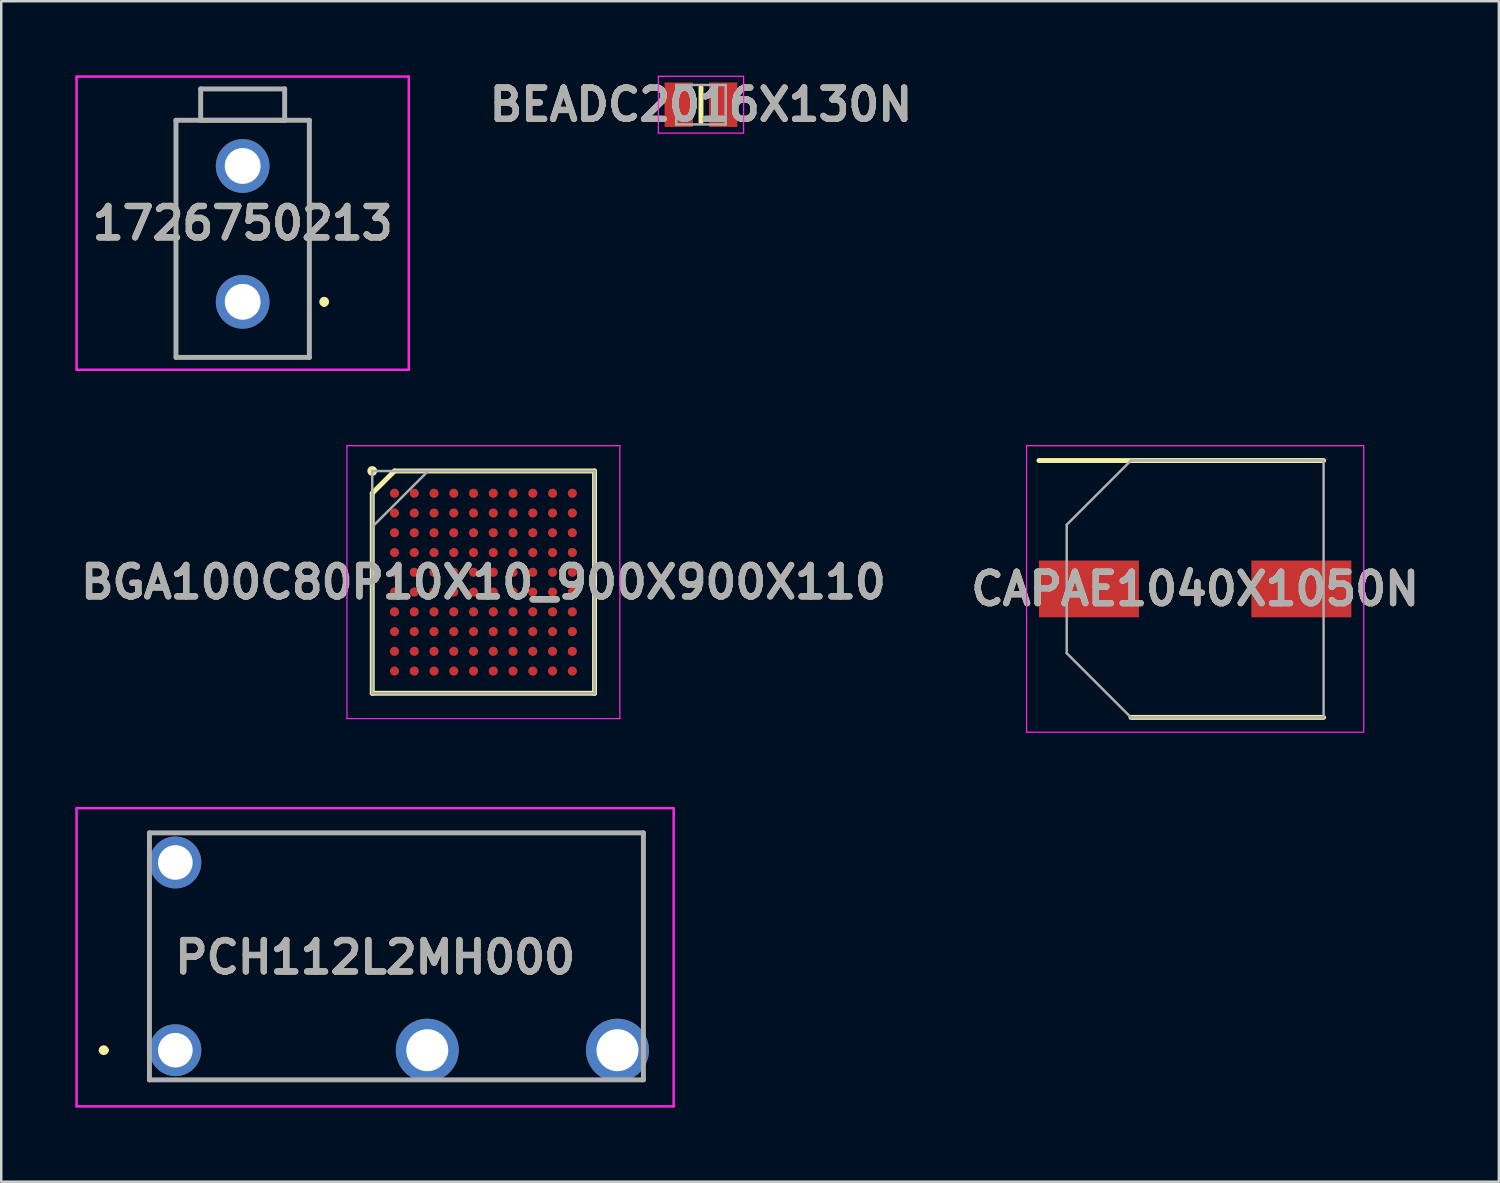
<source format=kicad_pcb>
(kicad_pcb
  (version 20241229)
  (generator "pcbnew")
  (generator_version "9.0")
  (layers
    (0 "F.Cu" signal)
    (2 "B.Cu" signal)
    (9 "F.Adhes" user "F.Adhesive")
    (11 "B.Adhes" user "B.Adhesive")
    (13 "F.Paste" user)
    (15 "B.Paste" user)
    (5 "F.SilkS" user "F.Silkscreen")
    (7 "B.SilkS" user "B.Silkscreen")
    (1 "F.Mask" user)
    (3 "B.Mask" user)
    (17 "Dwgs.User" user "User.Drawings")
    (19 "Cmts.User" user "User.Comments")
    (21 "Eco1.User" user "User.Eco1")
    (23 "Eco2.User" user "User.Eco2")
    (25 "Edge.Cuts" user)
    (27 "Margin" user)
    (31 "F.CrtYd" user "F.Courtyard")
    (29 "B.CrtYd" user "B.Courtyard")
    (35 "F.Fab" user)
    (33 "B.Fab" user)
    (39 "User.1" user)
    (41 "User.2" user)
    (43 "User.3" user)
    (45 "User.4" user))
  (footprint "CAPAE1040X1050N"
    (layer "F.Cu")
    (at 45.339 20.795)
    (property "Reference" "CAPAE1040X1050N" (at 0 0 0) (layer "F.SilkS") (effects (font (size 1.27 1.27) (thickness 0.254))))
    (attr smd)
    (fp_line (start -6.325 -5.2) (end 5.2 -5.2) (stroke (width 0.2) (type solid)) (layer "F.SilkS"))
    (fp_line (start -2.6 5.2) (end 5.2 5.2) (stroke (width 0.2) (type solid)) (layer "F.SilkS"))
    (fp_line (start -6.825 -5.8) (end 6.825 -5.8) (stroke (width 0.05) (type solid)) (layer "F.CrtYd"))
    (fp_line (start -6.825 5.8) (end -6.825 -5.8) (stroke (width 0.05) (type solid)) (layer "F.CrtYd"))
    (fp_line (start 6.825 -5.8) (end 6.825 5.8) (stroke (width 0.05) (type solid)) (layer "F.CrtYd"))
    (fp_line (start 6.825 5.8) (end -6.825 5.8) (stroke (width 0.05) (type solid)) (layer "F.CrtYd"))
    (fp_line (start -5.2 -2.6) (end -5.2 2.6) (stroke (width 0.1) (type solid)) (layer "F.Fab"))
    (fp_line (start -5.2 2.6) (end -2.6 5.2) (stroke (width 0.1) (type solid)) (layer "F.Fab"))
    (fp_line (start -2.6 -5.2) (end -5.2 -2.6) (stroke (width 0.1) (type solid)) (layer "F.Fab"))
    (fp_line (start -2.6 5.2) (end 5.2 5.2) (stroke (width 0.1) (type solid)) (layer "F.Fab"))
    (fp_line (start 5.2 -5.2) (end -2.6 -5.2) (stroke (width 0.1) (type solid)) (layer "F.Fab"))
    (fp_line (start 5.2 5.2) (end 5.2 -5.2) (stroke (width 0.1) (type solid)) (layer "F.Fab"))
    (fp_text user "${REFERENCE}" (at 0 0 0) (layer "F.Fab") (effects (font (size 1.27 1.27) (thickness 0.254))))
    (pad "1" smd rect (at -4.3 0 90) (size 2.3 4.05) (layers "F.Cu" "F.Mask" "F.Paste"))
    (pad "2" smd rect (at 4.3 0 90) (size 2.3 4.05) (layers "F.Cu" "F.Mask" "F.Paste")))
  (footprint "PCH112L2MH000"
    (layer "F.Cu")
    (at 4.05 39.47)
    (property "Reference" "PCH112L2MH000" (at 8.087 -3.763 0) (layer "F.SilkS") (effects (font (size 1.27 1.27) (thickness 0.254))))
    (attr through_hole)
    (fp_line (start -3 0) (end -3 0) (stroke (width 0.2) (type solid)) (layer "F.SilkS"))
    (fp_line (start -2.8 0) (end -2.8 0) (stroke (width 0.2) (type solid)) (layer "F.SilkS"))
    (fp_line (start -1.05 -1.5) (end -1.05 -6) (stroke (width 0.1) (type solid)) (layer "F.SilkS"))
    (fp_line (start 1.5 1.2) (end 8 1.2) (stroke (width 0.1) (type solid)) (layer "F.SilkS"))
    (fp_line (start 12 1.2) (end 16 1.2) (stroke (width 0.1) (type solid)) (layer "F.SilkS"))
    (fp_line (start 18.95 -8.8) (end 2.5 -8.8) (stroke (width 0.1) (type solid)) (layer "F.SilkS"))
    (fp_line (start 18.95 -2) (end 18.95 -8.8) (stroke (width 0.1) (type solid)) (layer "F.SilkS"))
    (fp_arc (start -3 0) (mid -2.9 -0.1) (end -2.8 0) (stroke (width 0.2) (type solid)) (layer "F.SilkS"))
    (fp_arc (start -2.8 0) (mid -2.9 0.1) (end -3 0) (stroke (width 0.2) (type solid)) (layer "F.SilkS"))
    (fp_line (start -4 -9.8) (end -4 2.275) (stroke (width 0.1) (type solid)) (layer "F.CrtYd"))
    (fp_line (start -4 2.275) (end 20.175 2.275) (stroke (width 0.1) (type solid)) (layer "F.CrtYd"))
    (fp_line (start 20.175 -9.8) (end -4 -9.8) (stroke (width 0.1) (type solid)) (layer "F.CrtYd"))
    (fp_line (start 20.175 2.275) (end 20.175 -9.8) (stroke (width 0.1) (type solid)) (layer "F.CrtYd"))
    (fp_line (start -1.05 -8.8) (end -1.05 1.2) (stroke (width 0.2) (type solid)) (layer "F.Fab"))
    (fp_line (start -1.05 1.2) (end 18.95 1.2) (stroke (width 0.2) (type solid)) (layer "F.Fab"))
    (fp_line (start 18.95 -8.8) (end -1.05 -8.8) (stroke (width 0.2) (type solid)) (layer "F.Fab"))
    (fp_line (start 18.95 1.2) (end 18.95 -8.8) (stroke (width 0.2) (type solid)) (layer "F.Fab"))
    (fp_text user "${REFERENCE}" (at 8.087 -3.763 0) (layer "F.Fab") (effects (font (size 1.27 1.27) (thickness 0.254))))
    (pad "1" thru_hole circle (at 0 0) (size 2.1 2.1) (drill 1.4) (layers "*.Cu" "*.Mask"))
    (pad "2" thru_hole circle (at 0 -7.6) (size 2.1 2.1) (drill 1.4) (layers "*.Cu" "*.Mask"))
    (pad "3" thru_hole circle (at 10.2 0) (size 2.55 2.55) (drill 1.7) (layers "*.Cu" "*.Mask"))
    (pad "4" thru_hole circle (at 17.9 0) (size 2.55 2.55) (drill 1.7) (layers "*.Cu" "*.Mask")))
  (footprint "BEADC2016X130N"
    (layer "F.Cu")
    (at 25.331 1.189)
    (property "Reference" "BEADC2016X130N" (at 0 0 0) (layer "F.SilkS") (effects (font (size 1.27 1.27) (thickness 0.254))))
    (attr smd)
    (fp_line (start 0 -0.7) (end 0 0.7) (stroke (width 0.2) (type solid)) (layer "F.SilkS"))
    (fp_line (start -1.725 -1.15) (end 1.725 -1.15) (stroke (width 0.05) (type solid)) (layer "F.CrtYd"))
    (fp_line (start -1.725 1.15) (end -1.725 -1.15) (stroke (width 0.05) (type solid)) (layer "F.CrtYd"))
    (fp_line (start 1.725 -1.15) (end 1.725 1.15) (stroke (width 0.05) (type solid)) (layer "F.CrtYd"))
    (fp_line (start 1.725 1.15) (end -1.725 1.15) (stroke (width 0.05) (type solid)) (layer "F.CrtYd"))
    (fp_line (start -1 -0.8) (end 1 -0.8) (stroke (width 0.1) (type solid)) (layer "F.Fab"))
    (fp_line (start -1 0.8) (end -1 -0.8) (stroke (width 0.1) (type solid)) (layer "F.Fab"))
    (fp_line (start 1 -0.8) (end 1 0.8) (stroke (width 0.1) (type solid)) (layer "F.Fab"))
    (fp_line (start 1 0.8) (end -1 0.8) (stroke (width 0.1) (type solid)) (layer "F.Fab"))
    (fp_text user "${REFERENCE}" (at 0 0 0) (layer "F.Fab") (effects (font (size 1.27 1.27) (thickness 0.254))))
    (pad "1" smd rect (at -0.9 0) (size 1.15 1.8) (layers "F.Cu" "F.Mask" "F.Paste"))
    (pad "2" smd rect (at 0.9 0) (size 1.15 1.8) (layers "F.Cu" "F.Mask" "F.Paste")))
  (footprint "1726750213"
    (layer "F.Cu")
    (at 6.775 9.17)
    (property "Reference" "1726750213" (at 0 -3.185 0) (layer "F.SilkS") (effects (font (size 1.27 1.27) (thickness 0.254))))
    (attr through_hole)
    (fp_line (start -2.7 -7.35) (end 2.7 -7.35) (stroke (width 0.1) (type solid)) (layer "F.SilkS"))
    (fp_line (start -2.7 2.25) (end -2.7 -7.35) (stroke (width 0.1) (type solid)) (layer "F.SilkS"))
    (fp_line (start 2.7 -7.35) (end 2.7 2.25) (stroke (width 0.1) (type solid)) (layer "F.SilkS"))
    (fp_line (start 2.7 2.25) (end -2.7 2.25) (stroke (width 0.1) (type solid)) (layer "F.SilkS"))
    (fp_line (start 3.3 -0.1) (end 3.3 -0.1) (stroke (width 0.2) (type solid)) (layer "F.SilkS"))
    (fp_line (start 3.3 0.1) (end 3.3 0.1) (stroke (width 0.2) (type solid)) (layer "F.SilkS"))
    (fp_arc (start 3.3 -0.1) (mid 3.4 0) (end 3.3 0.1) (stroke (width 0.2) (type solid)) (layer "F.SilkS"))
    (fp_arc (start 3.3 0.1) (mid 3.2 0) (end 3.3 -0.1) (stroke (width 0.2) (type solid)) (layer "F.SilkS"))
    (fp_line (start -6.725 -9.12) (end 6.725 -9.12) (stroke (width 0.1) (type solid)) (layer "F.CrtYd"))
    (fp_line (start -6.725 2.75) (end -6.725 -9.12) (stroke (width 0.1) (type solid)) (layer "F.CrtYd"))
    (fp_line (start 6.725 -9.12) (end 6.725 2.75) (stroke (width 0.1) (type solid)) (layer "F.CrtYd"))
    (fp_line (start 6.725 2.75) (end -6.725 2.75) (stroke (width 0.1) (type solid)) (layer "F.CrtYd"))
    (fp_line (start -2.7 -7.35) (end 2.7 -7.35) (stroke (width 0.2) (type solid)) (layer "F.Fab"))
    (fp_line (start -2.7 2.25) (end -2.7 -7.35) (stroke (width 0.2) (type solid)) (layer "F.Fab"))
    (fp_line (start -1.7 -8.62) (end -1.7 -7.35) (stroke (width 0.2) (type solid)) (layer "F.Fab"))
    (fp_line (start -1.7 -7.35) (end 1.7 -7.35) (stroke (width 0.2) (type solid)) (layer "F.Fab"))
    (fp_line (start 1.7 -8.62) (end -1.7 -8.62) (stroke (width 0.2) (type solid)) (layer "F.Fab"))
    (fp_line (start 1.7 -7.35) (end 1.7 -8.62) (stroke (width 0.2) (type solid)) (layer "F.Fab"))
    (fp_line (start 2.7 -7.35) (end 2.7 2.25) (stroke (width 0.2) (type solid)) (layer "F.Fab"))
    (fp_line (start 2.7 2.25) (end -2.7 2.25) (stroke (width 0.2) (type solid)) (layer "F.Fab"))
    (fp_text user "${REFERENCE}" (at 0 -3.185 0) (layer "F.Fab") (effects (font (size 1.27 1.27) (thickness 0.254))))
    (pad "" np_thru_hole circle (at -4.7 -5.04) (size 0.001 0.001) (drill 3.05) (layers "*.Cu" "*.Mask"))
    (pad "" np_thru_hole circle (at 4.7 -5.04) (size 0.001 0.001) (drill 3.05) (layers "*.Cu" "*.Mask"))
    (pad "1" thru_hole circle (at 0 0) (size 2.175 2.175) (drill 1.45) (layers "*.Cu" "*.Mask"))
    (pad "2" thru_hole circle (at 0 -5.5) (size 2.175 2.175) (drill 1.45) (layers "*.Cu" "*.Mask")))
  (footprint "BGA100C80P10X10_900X900X110"
    (layer "F.Cu")
    (at 16.522 20.52)
    (property "Reference" "BGA100C80P10X10_900X900X110" (at 0 0 0) (layer "F.SilkS") (effects (font (size 1.27 1.27) (thickness 0.254))))
    (attr smd)
    (fp_line (start -4.5 -3.6) (end -3.6 -4.5) (stroke (width 0.2) (type solid)) (layer "F.SilkS"))
    (fp_line (start -4.5 4.5) (end -4.5 -3.6) (stroke (width 0.2) (type solid)) (layer "F.SilkS"))
    (fp_line (start -3.6 -4.5) (end 4.5 -4.5) (stroke (width 0.2) (type solid)) (layer "F.SilkS"))
    (fp_line (start 4.5 -4.5) (end 4.5 4.5) (stroke (width 0.2) (type solid)) (layer "F.SilkS"))
    (fp_line (start 4.5 4.5) (end -4.5 4.5) (stroke (width 0.2) (type solid)) (layer "F.SilkS"))
    (fp_circle (center -4.5 -4.5) (end -4.5 -4.4) (stroke (width 0.2) (type solid)) (fill no) (layer "F.SilkS"))
    (fp_line (start -5.525 -5.525) (end 5.525 -5.525) (stroke (width 0.05) (type solid)) (layer "F.CrtYd"))
    (fp_line (start -5.525 5.525) (end -5.525 -5.525) (stroke (width 0.05) (type solid)) (layer "F.CrtYd"))
    (fp_line (start 5.525 -5.525) (end 5.525 5.525) (stroke (width 0.05) (type solid)) (layer "F.CrtYd"))
    (fp_line (start 5.525 5.525) (end -5.525 5.525) (stroke (width 0.05) (type solid)) (layer "F.CrtYd"))
    (fp_line (start -4.5 -4.5) (end 4.5 -4.5) (stroke (width 0.1) (type solid)) (layer "F.Fab"))
    (fp_line (start -4.5 -2.238) (end -2.238 -4.5) (stroke (width 0.1) (type solid)) (layer "F.Fab"))
    (fp_line (start -4.5 4.5) (end -4.5 -4.5) (stroke (width 0.1) (type solid)) (layer "F.Fab"))
    (fp_line (start 4.5 -4.5) (end 4.5 4.5) (stroke (width 0.1) (type solid)) (layer "F.Fab"))
    (fp_line (start 4.5 4.5) (end -4.5 4.5) (stroke (width 0.1) (type solid)) (layer "F.Fab"))
    (fp_text user "${REFERENCE}" (at 0 0 0) (layer "F.Fab") (effects (font (size 1.27 1.27) (thickness 0.254))))
    (pad "A1" smd circle (at -3.6 -3.6 90) (size 0.37 0.37) (layers "F.Cu" "F.Mask" "F.Paste"))
    (pad "A2" smd circle (at -2.8 -3.6 90) (size 0.37 0.37) (layers "F.Cu" "F.Mask" "F.Paste"))
    (pad "A3" smd circle (at -2 -3.6 90) (size 0.37 0.37) (layers "F.Cu" "F.Mask" "F.Paste"))
    (pad "A4" smd circle (at -1.2 -3.6 90) (size 0.37 0.37) (layers "F.Cu" "F.Mask" "F.Paste"))
    (pad "A5" smd circle (at -0.4 -3.6 90) (size 0.37 0.37) (layers "F.Cu" "F.Mask" "F.Paste"))
    (pad "A6" smd circle (at 0.4 -3.6 90) (size 0.37 0.37) (layers "F.Cu" "F.Mask" "F.Paste"))
    (pad "A7" smd circle (at 1.2 -3.6 90) (size 0.37 0.37) (layers "F.Cu" "F.Mask" "F.Paste"))
    (pad "A8" smd circle (at 2 -3.6 90) (size 0.37 0.37) (layers "F.Cu" "F.Mask" "F.Paste"))
    (pad "A9" smd circle (at 2.8 -3.6 90) (size 0.37 0.37) (layers "F.Cu" "F.Mask" "F.Paste"))
    (pad "A10" smd circle (at 3.6 -3.6 90) (size 0.37 0.37) (layers "F.Cu" "F.Mask" "F.Paste"))
    (pad "B1" smd circle (at -3.6 -2.8 90) (size 0.37 0.37) (layers "F.Cu" "F.Mask" "F.Paste"))
    (pad "B2" smd circle (at -2.8 -2.8 90) (size 0.37 0.37) (layers "F.Cu" "F.Mask" "F.Paste"))
    (pad "B3" smd circle (at -2 -2.8 90) (size 0.37 0.37) (layers "F.Cu" "F.Mask" "F.Paste"))
    (pad "B4" smd circle (at -1.2 -2.8 90) (size 0.37 0.37) (layers "F.Cu" "F.Mask" "F.Paste"))
    (pad "B5" smd circle (at -0.4 -2.8 90) (size 0.37 0.37) (layers "F.Cu" "F.Mask" "F.Paste"))
    (pad "B6" smd circle (at 0.4 -2.8 90) (size 0.37 0.37) (layers "F.Cu" "F.Mask" "F.Paste"))
    (pad "B7" smd circle (at 1.2 -2.8 90) (size 0.37 0.37) (layers "F.Cu" "F.Mask" "F.Paste"))
    (pad "B8" smd circle (at 2 -2.8 90) (size 0.37 0.37) (layers "F.Cu" "F.Mask" "F.Paste"))
    (pad "B9" smd circle (at 2.8 -2.8 90) (size 0.37 0.37) (layers "F.Cu" "F.Mask" "F.Paste"))
    (pad "B10" smd circle (at 3.6 -2.8 90) (size 0.37 0.37) (layers "F.Cu" "F.Mask" "F.Paste"))
    (pad "C1" smd circle (at -3.6 -2 90) (size 0.37 0.37) (layers "F.Cu" "F.Mask" "F.Paste"))
    (pad "C2" smd circle (at -2.8 -2 90) (size 0.37 0.37) (layers "F.Cu" "F.Mask" "F.Paste"))
    (pad "C3" smd circle (at -2 -2 90) (size 0.37 0.37) (layers "F.Cu" "F.Mask" "F.Paste"))
    (pad "C4" smd circle (at -1.2 -2 90) (size 0.37 0.37) (layers "F.Cu" "F.Mask" "F.Paste"))
    (pad "C5" smd circle (at -0.4 -2 90) (size 0.37 0.37) (layers "F.Cu" "F.Mask" "F.Paste"))
    (pad "C6" smd circle (at 0.4 -2 90) (size 0.37 0.37) (layers "F.Cu" "F.Mask" "F.Paste"))
    (pad "C7" smd circle (at 1.2 -2 90) (size 0.37 0.37) (layers "F.Cu" "F.Mask" "F.Paste"))
    (pad "C8" smd circle (at 2 -2 90) (size 0.37 0.37) (layers "F.Cu" "F.Mask" "F.Paste"))
    (pad "C9" smd circle (at 2.8 -2 90) (size 0.37 0.37) (layers "F.Cu" "F.Mask" "F.Paste"))
    (pad "C10" smd circle (at 3.6 -2 90) (size 0.37 0.37) (layers "F.Cu" "F.Mask" "F.Paste"))
    (pad "D1" smd circle (at -3.6 -1.2 90) (size 0.37 0.37) (layers "F.Cu" "F.Mask" "F.Paste"))
    (pad "D2" smd circle (at -2.8 -1.2 90) (size 0.37 0.37) (layers "F.Cu" "F.Mask" "F.Paste"))
    (pad "D3" smd circle (at -2 -1.2 90) (size 0.37 0.37) (layers "F.Cu" "F.Mask" "F.Paste"))
    (pad "D4" smd circle (at -1.2 -1.2 90) (size 0.37 0.37) (layers "F.Cu" "F.Mask" "F.Paste"))
    (pad "D5" smd circle (at -0.4 -1.2 90) (size 0.37 0.37) (layers "F.Cu" "F.Mask" "F.Paste"))
    (pad "D6" smd circle (at 0.4 -1.2 90) (size 0.37 0.37) (layers "F.Cu" "F.Mask" "F.Paste"))
    (pad "D7" smd circle (at 1.2 -1.2 90) (size 0.37 0.37) (layers "F.Cu" "F.Mask" "F.Paste"))
    (pad "D8" smd circle (at 2 -1.2 90) (size 0.37 0.37) (layers "F.Cu" "F.Mask" "F.Paste"))
    (pad "D9" smd circle (at 2.8 -1.2 90) (size 0.37 0.37) (layers "F.Cu" "F.Mask" "F.Paste"))
    (pad "D10" smd circle (at 3.6 -1.2 90) (size 0.37 0.37) (layers "F.Cu" "F.Mask" "F.Paste"))
    (pad "E1" smd circle (at -3.6 -0.4 90) (size 0.37 0.37) (layers "F.Cu" "F.Mask" "F.Paste"))
    (pad "E2" smd circle (at -2.8 -0.4 90) (size 0.37 0.37) (layers "F.Cu" "F.Mask" "F.Paste"))
    (pad "E3" smd circle (at -2 -0.4 90) (size 0.37 0.37) (layers "F.Cu" "F.Mask" "F.Paste"))
    (pad "E4" smd circle (at -1.2 -0.4 90) (size 0.37 0.37) (layers "F.Cu" "F.Mask" "F.Paste"))
    (pad "E5" smd circle (at -0.4 -0.4 90) (size 0.37 0.37) (layers "F.Cu" "F.Mask" "F.Paste"))
    (pad "E6" smd circle (at 0.4 -0.4 90) (size 0.37 0.37) (layers "F.Cu" "F.Mask" "F.Paste"))
    (pad "E7" smd circle (at 1.2 -0.4 90) (size 0.37 0.37) (layers "F.Cu" "F.Mask" "F.Paste"))
    (pad "E8" smd circle (at 2 -0.4 90) (size 0.37 0.37) (layers "F.Cu" "F.Mask" "F.Paste"))
    (pad "E9" smd circle (at 2.8 -0.4 90) (size 0.37 0.37) (layers "F.Cu" "F.Mask" "F.Paste"))
    (pad "E10" smd circle (at 3.6 -0.4 90) (size 0.37 0.37) (layers "F.Cu" "F.Mask" "F.Paste"))
    (pad "F1" smd circle (at -3.6 0.4 90) (size 0.37 0.37) (layers "F.Cu" "F.Mask" "F.Paste"))
    (pad "F2" smd circle (at -2.8 0.4 90) (size 0.37 0.37) (layers "F.Cu" "F.Mask" "F.Paste"))
    (pad "F3" smd circle (at -2 0.4 90) (size 0.37 0.37) (layers "F.Cu" "F.Mask" "F.Paste"))
    (pad "F4" smd circle (at -1.2 0.4 90) (size 0.37 0.37) (layers "F.Cu" "F.Mask" "F.Paste"))
    (pad "F5" smd circle (at -0.4 0.4 90) (size 0.37 0.37) (layers "F.Cu" "F.Mask" "F.Paste"))
    (pad "F6" smd circle (at 0.4 0.4 90) (size 0.37 0.37) (layers "F.Cu" "F.Mask" "F.Paste"))
    (pad "F7" smd circle (at 1.2 0.4 90) (size 0.37 0.37) (layers "F.Cu" "F.Mask" "F.Paste"))
    (pad "F8" smd circle (at 2 0.4 90) (size 0.37 0.37) (layers "F.Cu" "F.Mask" "F.Paste"))
    (pad "F9" smd circle (at 2.8 0.4 90) (size 0.37 0.37) (layers "F.Cu" "F.Mask" "F.Paste"))
    (pad "F10" smd circle (at 3.6 0.4 90) (size 0.37 0.37) (layers "F.Cu" "F.Mask" "F.Paste"))
    (pad "G1" smd circle (at -3.6 1.2 90) (size 0.37 0.37) (layers "F.Cu" "F.Mask" "F.Paste"))
    (pad "G2" smd circle (at -2.8 1.2 90) (size 0.37 0.37) (layers "F.Cu" "F.Mask" "F.Paste"))
    (pad "G3" smd circle (at -2 1.2 90) (size 0.37 0.37) (layers "F.Cu" "F.Mask" "F.Paste"))
    (pad "G4" smd circle (at -1.2 1.2 90) (size 0.37 0.37) (layers "F.Cu" "F.Mask" "F.Paste"))
    (pad "G5" smd circle (at -0.4 1.2 90) (size 0.37 0.37) (layers "F.Cu" "F.Mask" "F.Paste"))
    (pad "G6" smd circle (at 0.4 1.2 90) (size 0.37 0.37) (layers "F.Cu" "F.Mask" "F.Paste"))
    (pad "G7" smd circle (at 1.2 1.2 90) (size 0.37 0.37) (layers "F.Cu" "F.Mask" "F.Paste"))
    (pad "G8" smd circle (at 2 1.2 90) (size 0.37 0.37) (layers "F.Cu" "F.Mask" "F.Paste"))
    (pad "G9" smd circle (at 2.8 1.2 90) (size 0.37 0.37) (layers "F.Cu" "F.Mask" "F.Paste"))
    (pad "G10" smd circle (at 3.6 1.2 90) (size 0.37 0.37) (layers "F.Cu" "F.Mask" "F.Paste"))
    (pad "H1" smd circle (at -3.6 2 90) (size 0.37 0.37) (layers "F.Cu" "F.Mask" "F.Paste"))
    (pad "H2" smd circle (at -2.8 2 90) (size 0.37 0.37) (layers "F.Cu" "F.Mask" "F.Paste"))
    (pad "H3" smd circle (at -2 2 90) (size 0.37 0.37) (layers "F.Cu" "F.Mask" "F.Paste"))
    (pad "H4" smd circle (at -1.2 2 90) (size 0.37 0.37) (layers "F.Cu" "F.Mask" "F.Paste"))
    (pad "H5" smd circle (at -0.4 2 90) (size 0.37 0.37) (layers "F.Cu" "F.Mask" "F.Paste"))
    (pad "H6" smd circle (at 0.4 2 90) (size 0.37 0.37) (layers "F.Cu" "F.Mask" "F.Paste"))
    (pad "H7" smd circle (at 1.2 2 90) (size 0.37 0.37) (layers "F.Cu" "F.Mask" "F.Paste"))
    (pad "H8" smd circle (at 2 2 90) (size 0.37 0.37) (layers "F.Cu" "F.Mask" "F.Paste"))
    (pad "H9" smd circle (at 2.8 2 90) (size 0.37 0.37) (layers "F.Cu" "F.Mask" "F.Paste"))
    (pad "H10" smd circle (at 3.6 2 90) (size 0.37 0.37) (layers "F.Cu" "F.Mask" "F.Paste"))
    (pad "J1" smd circle (at -3.6 2.8 90) (size 0.37 0.37) (layers "F.Cu" "F.Mask" "F.Paste"))
    (pad "J2" smd circle (at -2.8 2.8 90) (size 0.37 0.37) (layers "F.Cu" "F.Mask" "F.Paste"))
    (pad "J3" smd circle (at -2 2.8 90) (size 0.37 0.37) (layers "F.Cu" "F.Mask" "F.Paste"))
    (pad "J4" smd circle (at -1.2 2.8 90) (size 0.37 0.37) (layers "F.Cu" "F.Mask" "F.Paste"))
    (pad "J5" smd circle (at -0.4 2.8 90) (size 0.37 0.37) (layers "F.Cu" "F.Mask" "F.Paste"))
    (pad "J6" smd circle (at 0.4 2.8 90) (size 0.37 0.37) (layers "F.Cu" "F.Mask" "F.Paste"))
    (pad "J7" smd circle (at 1.2 2.8 90) (size 0.37 0.37) (layers "F.Cu" "F.Mask" "F.Paste"))
    (pad "J8" smd circle (at 2 2.8 90) (size 0.37 0.37) (layers "F.Cu" "F.Mask" "F.Paste"))
    (pad "J9" smd circle (at 2.8 2.8 90) (size 0.37 0.37) (layers "F.Cu" "F.Mask" "F.Paste"))
    (pad "J10" smd circle (at 3.6 2.8 90) (size 0.37 0.37) (layers "F.Cu" "F.Mask" "F.Paste"))
    (pad "K1" smd circle (at -3.6 3.6 90) (size 0.37 0.37) (layers "F.Cu" "F.Mask" "F.Paste"))
    (pad "K2" smd circle (at -2.8 3.6 90) (size 0.37 0.37) (layers "F.Cu" "F.Mask" "F.Paste"))
    (pad "K3" smd circle (at -2 3.6 90) (size 0.37 0.37) (layers "F.Cu" "F.Mask" "F.Paste"))
    (pad "K4" smd circle (at -1.2 3.6 90) (size 0.37 0.37) (layers "F.Cu" "F.Mask" "F.Paste"))
    (pad "K5" smd circle (at -0.4 3.6 90) (size 0.37 0.37) (layers "F.Cu" "F.Mask" "F.Paste"))
    (pad "K6" smd circle (at 0.4 3.6 90) (size 0.37 0.37) (layers "F.Cu" "F.Mask" "F.Paste"))
    (pad "K7" smd circle (at 1.2 3.6 90) (size 0.37 0.37) (layers "F.Cu" "F.Mask" "F.Paste"))
    (pad "K8" smd circle (at 2 3.6 90) (size 0.37 0.37) (layers "F.Cu" "F.Mask" "F.Paste"))
    (pad "K9" smd circle (at 2.8 3.6 90) (size 0.37 0.37) (layers "F.Cu" "F.Mask" "F.Paste"))
    (pad "K10" smd circle (at 3.6 3.6 90) (size 0.37 0.37) (layers "F.Cu" "F.Mask" "F.Paste")))
  (gr_rect
    (start -3 -3)
    (end 57.635 44.795)
    (stroke (width 0.1) (type default))
    (fill no)
    (layer "Edge.Cuts")))
</source>
